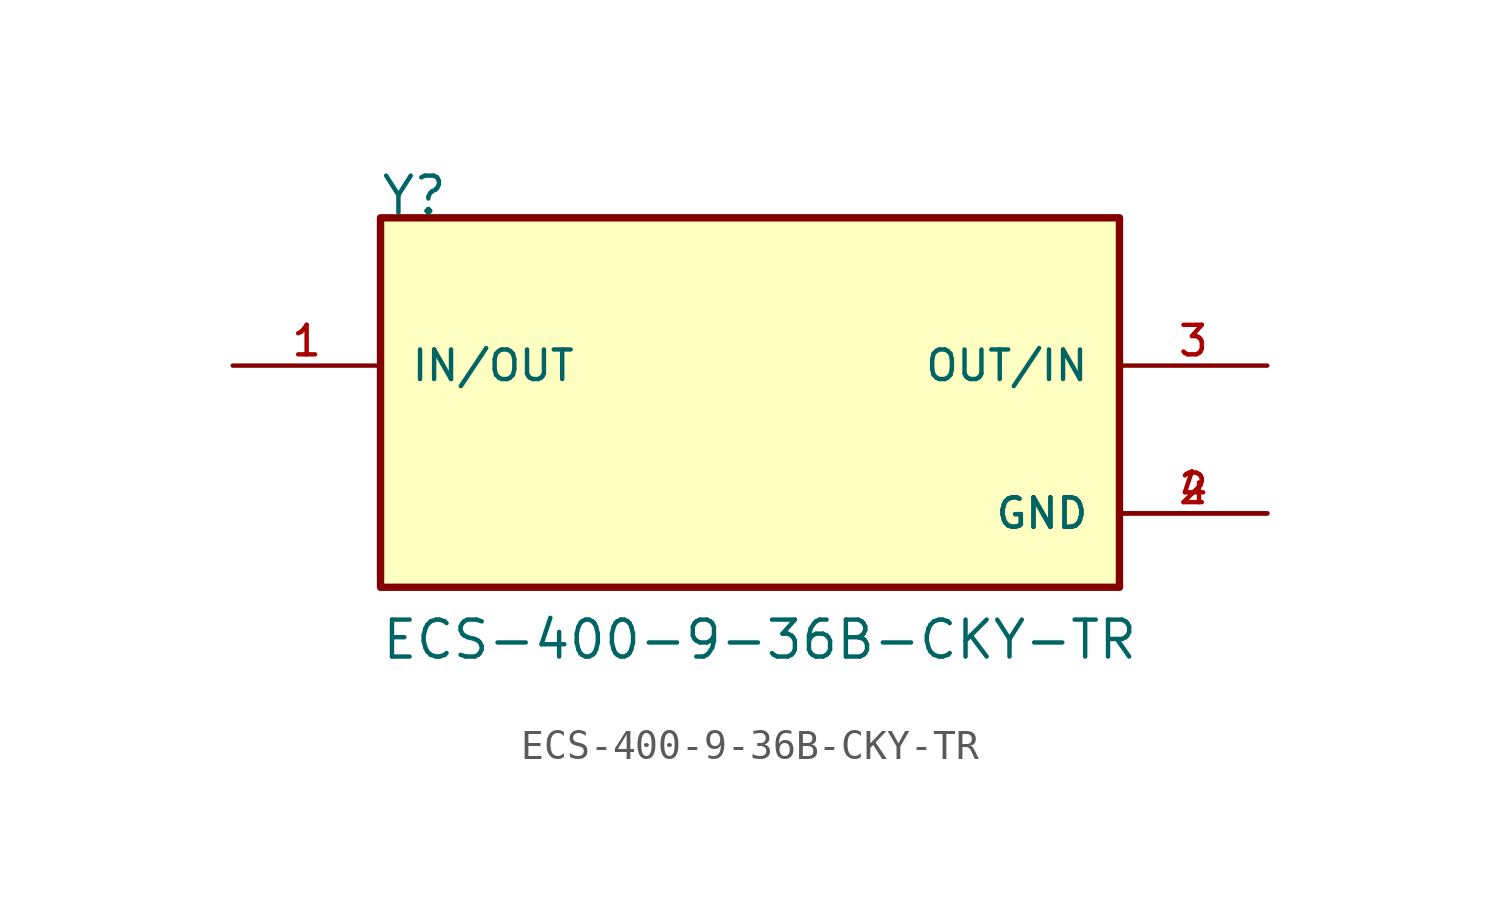
<source format=kicad_sym>
(kicad_symbol_lib
  (version 20211014)
  (generator kicad_symbol_editor)
  (symbol "ECS-400-9-36B-CKY-TR"
    (pin_names
      (offset 1.016))
    (property "Reference" "Y"
      (at -12.729 7.637 0)
      (effects (font (size 1.27 1.27)) (justify bottom left)))
    (property "Value" "ECS-400-9-36B-CKY-TR"
      (at -12.709 -7.625 0)
      (effects (font (size 1.27 1.27)) (justify bottom left)))
    (symbol "ECS-400-9-36B-CKY-TR_0_0"
      (rectangle (start -12.7 -5.08) (end 12.7 7.62) (stroke (width 0.254)) (fill (type background)))
      (pin bidirectional line (at 17.78 2.54 180.0) (length 5.08) (name "OUT/IN" (effects (font (size 1.016 1.016)))) (number "3" (effects (font (size 1.016 1.016)))))
      (pin bidirectional line (at -17.78 2.54 0) (length 5.08) (name "IN/OUT" (effects (font (size 1.016 1.016)))) (number "1" (effects (font (size 1.016 1.016)))))
      (pin power_in line (at 17.78 -2.54 180.0) (length 5.08) (name "GND" (effects (font (size 1.016 1.016)))) (number "2" (effects (font (size 1.016 1.016)))))
      (pin power_in line (at 17.78 -2.54 180.0) (length 5.08) (name "GND" (effects (font (size 1.016 1.016)))) (number "4" (effects (font (size 1.016 1.016))))))))
</source>
